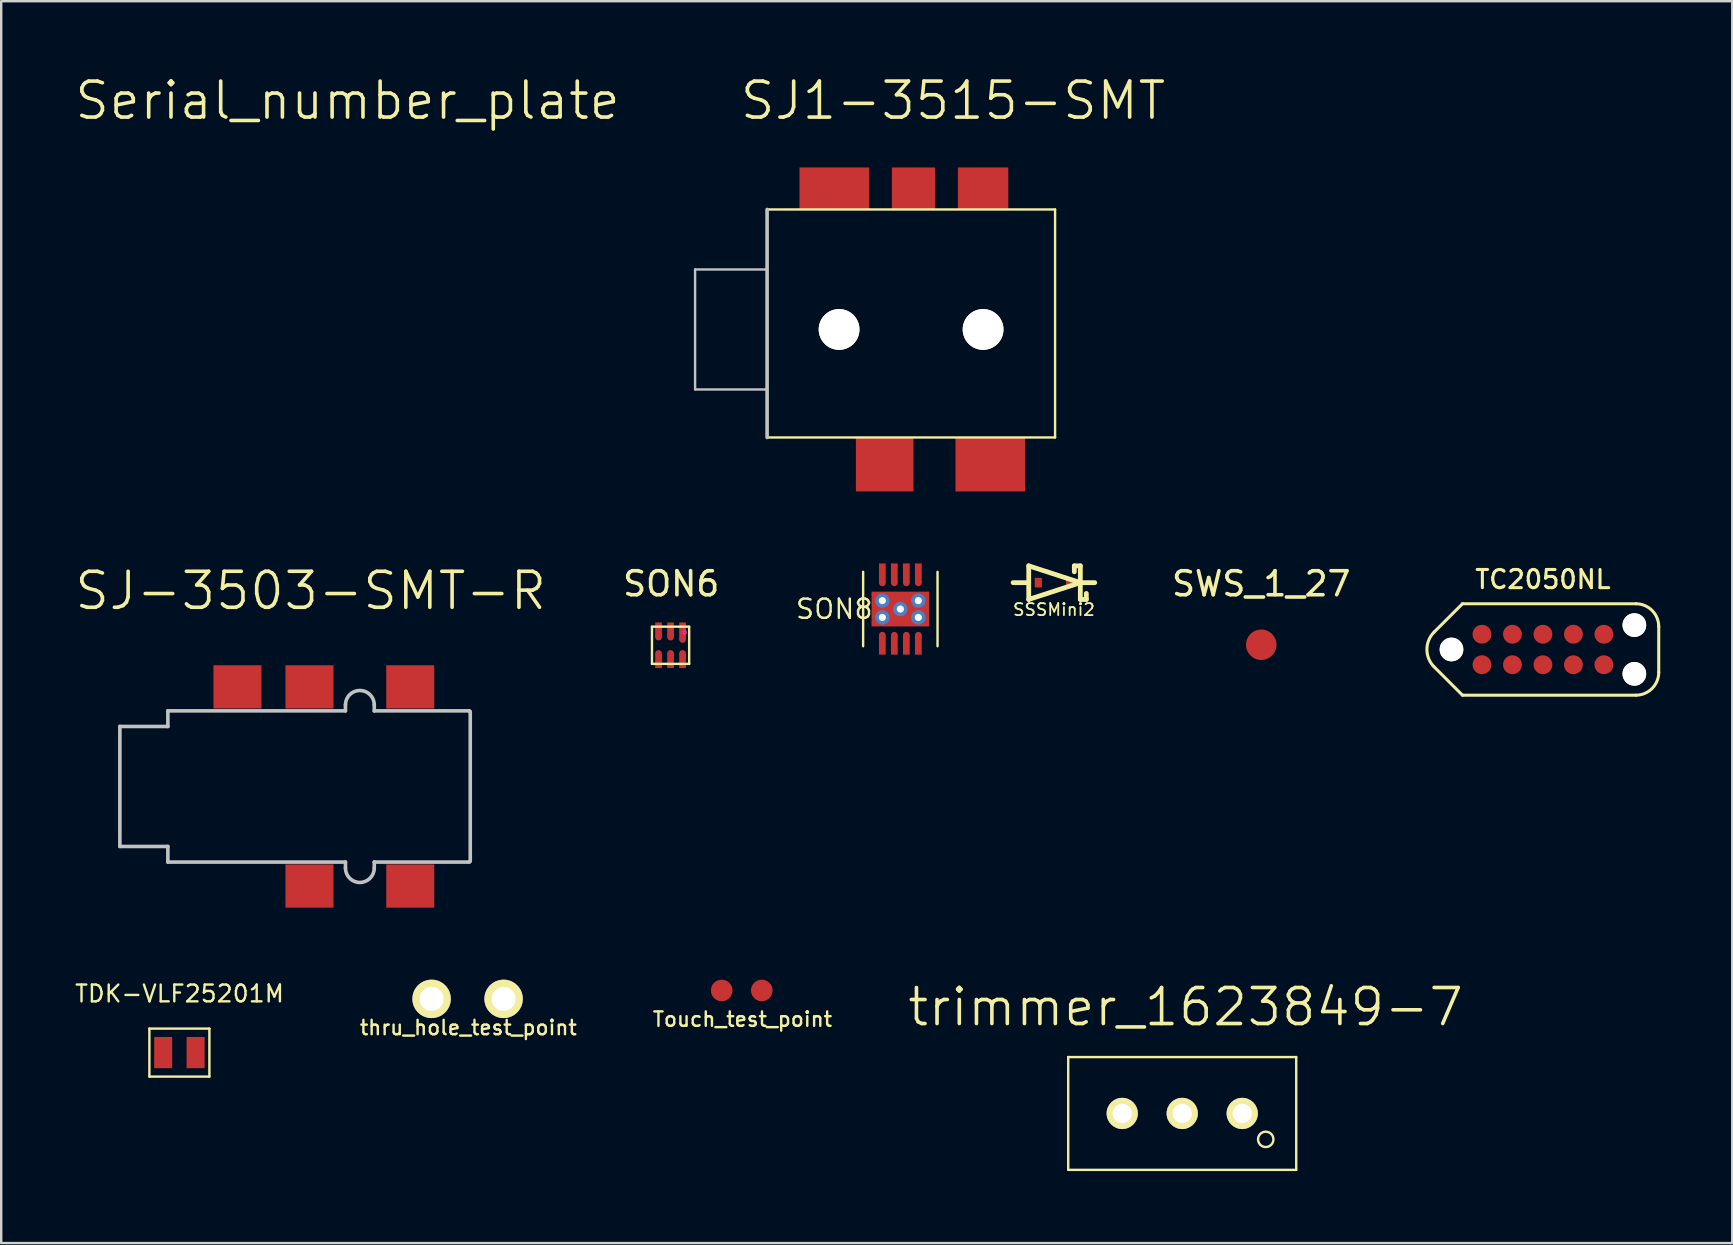
<source format=kicad_pcb>
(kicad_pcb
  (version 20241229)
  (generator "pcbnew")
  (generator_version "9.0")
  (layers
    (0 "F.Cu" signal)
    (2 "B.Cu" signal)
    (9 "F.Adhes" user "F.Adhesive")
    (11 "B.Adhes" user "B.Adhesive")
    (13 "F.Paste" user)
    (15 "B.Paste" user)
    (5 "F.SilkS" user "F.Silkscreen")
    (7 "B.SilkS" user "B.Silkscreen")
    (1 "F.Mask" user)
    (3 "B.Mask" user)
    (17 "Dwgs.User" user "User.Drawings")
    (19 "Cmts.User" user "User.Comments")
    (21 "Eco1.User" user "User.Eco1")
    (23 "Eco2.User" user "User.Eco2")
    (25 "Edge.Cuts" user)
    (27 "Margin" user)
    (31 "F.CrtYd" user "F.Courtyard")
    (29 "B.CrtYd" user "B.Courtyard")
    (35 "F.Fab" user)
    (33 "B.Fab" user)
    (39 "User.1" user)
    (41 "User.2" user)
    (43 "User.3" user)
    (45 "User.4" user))
  (footprint "SON8"
    (layer "F.Cu")
    (at 34.466 22.328)
    (property "Reference" "SON8" (at -2.753 0 0) (layer "F.SilkS") (effects (font (size 0.8 0.8) (thickness 0.1))))
    (attr through_hole)
    (fp_line (start -1.55 -1.55) (end -1.55 1.55) (stroke (width 0.1) (type solid)) (layer "F.SilkS"))
    (fp_line (start 1.55 -1.55) (end 1.55 1.55) (stroke (width 0.1) (type solid)) (layer "F.SilkS"))
    (pad "" smd rect (at -0.625 -0.4) (size 1.05 0.6) (layers "F.Paste"))
    (pad "" smd rect (at -0.625 0.4) (size 1.05 0.6) (layers "F.Paste"))
    (pad "" smd rect (at 0.625 -0.4) (size 1.05 0.6) (layers "F.Paste"))
    (pad "" smd rect (at 0.625 0.4) (size 1.05 0.6) (layers "F.Paste"))
    (pad "0" thru_hole circle (at -0.75 -0.35) (size 0.6 0.6) (drill 0.3) (layers "*.Cu"))
    (pad "0" thru_hole circle (at -0.75 0.35) (size 0.6 0.6) (drill 0.3) (layers "*.Cu"))
    (pad "0" thru_hole circle (at 0 0) (size 0.6 0.6) (drill 0.3) (layers "*.Cu"))
    (pad "0" thru_hole circle (at 0.75 -0.35) (size 0.6 0.6) (drill 0.3) (layers "*.Cu"))
    (pad "0" thru_hole circle (at 0.75 0.35) (size 0.6 0.6) (drill 0.3) (layers "*.Cu"))
    (pad "1" smd rect (at 0.75 -1.495) (size 0.28 0.81) (layers "F.Cu" "F.Mask" "F.Paste"))
    (pad "1" smd circle (at 0.75 -1.09) (size 0.28 0.28) (layers "F.Cu" "F.Mask" "F.Paste"))
    (pad "2" smd rect (at 0.25 -1.495) (size 0.28 0.81) (layers "F.Cu" "F.Mask" "F.Paste"))
    (pad "2" smd circle (at 0.25 -1.09) (size 0.28 0.28) (layers "F.Cu" "F.Mask" "F.Paste"))
    (pad "3" smd rect (at -0.25 -1.495) (size 0.28 0.81) (layers "F.Cu" "F.Mask" "F.Paste"))
    (pad "3" smd circle (at -0.25 -1.09) (size 0.28 0.28) (layers "F.Cu" "F.Mask" "F.Paste"))
    (pad "4" smd rect (at -0.75 -1.495) (size 0.28 0.81) (layers "F.Cu" "F.Mask" "F.Paste"))
    (pad "4" smd circle (at -0.75 -1.09) (size 0.28 0.28) (layers "F.Cu" "F.Mask" "F.Paste"))
    (pad "5" smd circle (at -0.75 1.09) (size 0.28 0.28) (layers "F.Cu" "F.Mask" "F.Paste"))
    (pad "5" smd rect (at -0.75 1.495) (size 0.28 0.81) (layers "F.Cu" "F.Mask" "F.Paste"))
    (pad "6" smd circle (at -0.25 1.09) (size 0.28 0.28) (layers "F.Cu" "F.Mask" "F.Paste"))
    (pad "6" smd rect (at -0.25 1.495) (size 0.28 0.81) (layers "F.Cu" "F.Mask" "F.Paste"))
    (pad "7" smd circle (at 0.25 1.09) (size 0.28 0.28) (layers "F.Cu" "F.Mask" "F.Paste"))
    (pad "7" smd rect (at 0.25 1.495) (size 0.28 0.81) (layers "F.Cu" "F.Mask" "F.Paste"))
    (pad "8" smd circle (at 0.75 1.09) (size 0.28 0.28) (layers "F.Cu" "F.Mask" "F.Paste"))
    (pad "8" smd rect (at 0.75 1.495) (size 0.28 0.81) (layers "F.Cu" "F.Mask" "F.Paste"))
    (pad "~" smd rect (at 0 0) (size 2.4 1.45) (layers "F.Cu" "F.Mask")))
  (footprint "SJ-3503-SMT-R"
    (layer "F.Cu")
    (at 9.845 29.721)
    (property "Reference" "SJ-3503-SMT-R" (at 0.051 -8.153 0) (layer "F.SilkS") (effects (font (size 1.5 1.5) (thickness 0.15))))
    (attr through_hole)
    (fp_line (start -7.9 2.5) (end -7.9 -2.5) (stroke (width 0.15) (type solid)) (layer "Dwgs.User"))
    (fp_line (start -5.9 -3.15) (end -5.9 -2.5) (stroke (width 0.15) (type solid)) (layer "Dwgs.User"))
    (fp_line (start -5.9 -3.15) (end 1.5 -3.15) (stroke (width 0.15) (type solid)) (layer "Dwgs.User"))
    (fp_line (start -5.9 -2.5) (end -7.9 -2.5) (stroke (width 0.15) (type solid)) (layer "Dwgs.User"))
    (fp_line (start -5.9 2.5) (end -7.9 2.5) (stroke (width 0.15) (type solid)) (layer "Dwgs.User"))
    (fp_line (start -5.9 3.15) (end -5.9 2.5) (stroke (width 0.15) (type solid)) (layer "Dwgs.User"))
    (fp_line (start -5.9 3.15) (end 1.5 3.15) (stroke (width 0.15) (type solid)) (layer "Dwgs.User"))
    (fp_line (start 1.5 -3.15) (end 1.5 -3.4) (stroke (width 0.15) (type solid)) (layer "Dwgs.User"))
    (fp_line (start 1.5 3.15) (end 1.5 3.4) (stroke (width 0.15) (type solid)) (layer "Dwgs.User"))
    (fp_line (start 2.7 -3.15) (end 2.7 -3.4) (stroke (width 0.15) (type solid)) (layer "Dwgs.User"))
    (fp_line (start 2.7 -3.15) (end 6.65 -3.15) (stroke (width 0.15) (type solid)) (layer "Dwgs.User"))
    (fp_line (start 2.7 3.15) (end 2.7 3.4) (stroke (width 0.15) (type solid)) (layer "Dwgs.User"))
    (fp_line (start 6.65 3.15) (end 2.7 3.15) (stroke (width 0.15) (type solid)) (layer "Dwgs.User"))
    (fp_line (start 6.7 -3.1) (end 6.7 3.1) (stroke (width 0.15) (type solid)) (layer "Dwgs.User"))
    (fp_arc (start 1.5 -3.4) (mid 2.1 -4) (end 2.7 -3.4) (stroke (width 0.15) (type solid)) (layer "Dwgs.User"))
    (fp_arc (start 2.7 3.4) (mid 2.1 4) (end 1.5 3.4) (stroke (width 0.15) (type solid)) (layer "Dwgs.User"))
    (fp_arc (start 6.65 -3.15) (mid 6.685355 -3.135355) (end 6.7 -3.1) (stroke (width 0.15) (type solid)) (layer "Dwgs.User"))
    (fp_arc (start 6.7 3.1) (mid 6.685355 3.135355) (end 6.65 3.15) (stroke (width 0.15) (type solid)) (layer "Dwgs.User"))
    (pad "1" smd rect (at -3 -4.15) (size 2 1.8) (layers "F.Cu" "F.Mask" "F.Paste"))
    (pad "2" smd rect (at 4.2 -4.15) (size 2 1.8) (layers "F.Cu" "F.Mask" "F.Paste"))
    (pad "3" smd rect (at 0 -4.15) (size 2 1.8) (layers "F.Cu" "F.Mask" "F.Paste"))
    (pad "4" smd rect (at 4.2 4.15) (size 2 1.8) (layers "F.Cu" "F.Mask" "F.Paste"))
    (pad "5" smd rect (at 0 4.15) (size 2 1.8) (layers "F.Cu" "F.Mask" "F.Paste")))
  (footprint "TDK-VLF25201M"
    (layer "F.Cu")
    (at 4.425 40.81)
    (property "Reference" "TDK-VLF25201M" (at 0.005 -2.454 0) (layer "F.SilkS") (effects (font (size 0.7 0.7) (thickness 0.1))))
    (attr through_hole)
    (fp_line (start -1.25 -1) (end -1.25 1) (stroke (width 0.1) (type solid)) (layer "F.SilkS"))
    (fp_line (start -1.25 -1) (end 1.25 -1) (stroke (width 0.1) (type solid)) (layer "F.SilkS"))
    (fp_line (start -1.25 1) (end 1.25 1) (stroke (width 0.1) (type solid)) (layer "F.SilkS"))
    (fp_line (start 1.25 1) (end 1.25 -1) (stroke (width 0.1) (type solid)) (layer "F.SilkS"))
    (pad "1" smd rect (at -0.675 0) (size 0.75 1.3) (layers "F.Cu" "F.Mask" "F.Paste"))
    (pad "2" smd rect (at 0.675 0) (size 0.75 1.3) (layers "F.Cu" "F.Mask" "F.Paste")))
  (footprint "SJ1-3515-SMT"
    (layer "F.Cu")
    (at 34.914 10.678)
    (property "Reference" "SJ1-3515-SMT" (at 1.75 -9.537 0) (layer "F.SilkS") (effects (font (size 1.5 1.5) (thickness 0.15))))
    (attr smd)
    (fp_line (start -6 -5) (end 6 -5) (stroke (width 0.1) (type solid)) (layer "F.SilkS"))
    (fp_line (start 6 -5) (end 6 4.5) (stroke (width 0.1) (type solid)) (layer "F.SilkS"))
    (fp_line (start 6 4.5) (end -6 4.5) (stroke (width 0.1) (type solid)) (layer "F.SilkS"))
    (fp_line (start -9 -2.5) (end -9 2.5) (stroke (width 0.1) (type solid)) (layer "Dwgs.User"))
    (fp_line (start -9 2.5) (end -6 2.5) (stroke (width 0.1) (type solid)) (layer "Dwgs.User"))
    (fp_line (start -6 -2.5) (end -9 -2.5) (stroke (width 0.1) (type solid)) (layer "Dwgs.User"))
    (fp_line (start -6 4.5) (end -6 -5) (stroke (width 0.15) (type solid)) (layer "Dwgs.User"))
    (pad "" np_thru_hole circle (at -3 0) (size 1.7 1.7) (drill 1.7) (layers "*.Cu" "*.Mask" "F.SilkS"))
    (pad "" np_thru_hole circle (at 3 0) (size 1.7 1.7) (drill 1.7) (layers "*.Cu" "*.Mask" "F.SilkS"))
    (pad "1" smd rect (at -3.2 -5.875) (size 2.9 1.75) (layers "F.Cu" "F.Mask" "F.Paste"))
    (pad "2" smd rect (at 3.3 5.625) (size 2.9 2.25) (layers "F.Cu" "F.Mask" "F.Paste"))
    (pad "3" smd rect (at 3 -5.875) (size 2.1 1.75) (layers "F.Cu" "F.Mask" "F.Paste"))
    (pad "4" smd rect (at -1.1 5.625) (size 2.4 2.25) (layers "F.Cu" "F.Mask" "F.Paste"))
    (pad "5" smd rect (at 0.1 -5.875) (size 1.8 1.75) (layers "F.Cu" "F.Mask" "F.Paste")))
  (footprint "Serial_number_plate"
    (layer "F.Cu")
    (at 11.292 6.983)
    (property "Reference" "Serial_number_plate" (at 0.14 -5.842 0) (layer "F.SilkS") (effects (font (size 1.5 1.5) (thickness 0.15))))
    (attr through_hole)
    (pad "" connect rect (at 0 0) (size 12 8) (layers "F.Mask")))
  (footprint "SSSMini2"
    (layer "F.Cu")
    (at 40.866 21.228)
    (property "Reference" "SSSMini2" (at 0 1.125 0) (layer "F.SilkS") (effects (font (size 0.5 0.5) (thickness 0.075))))
    (attr smd)
    (fp_line (start -1.05 -0.7) (end -1.05 0.7) (stroke (width 0.2) (type solid)) (layer "F.SilkS"))
    (fp_line (start -1.05 -0.7) (end 1.1 0) (stroke (width 0.2) (type solid)) (layer "F.SilkS"))
    (fp_line (start -1.05 0) (end -1.7 0) (stroke (width 0.2) (type solid)) (layer "F.SilkS"))
    (fp_line (start -1.05 0.7) (end 1.1 0) (stroke (width 0.2) (type solid)) (layer "F.SilkS"))
    (fp_line (start 0.85 -0.7) (end 0.85 -0.45) (stroke (width 0.2) (type solid)) (layer "F.SilkS"))
    (fp_line (start 1.1 -0.7) (end 0.85 -0.7) (stroke (width 0.2) (type solid)) (layer "F.SilkS"))
    (fp_line (start 1.1 -0.7) (end 1.1 0.7) (stroke (width 0.2) (type solid)) (layer "F.SilkS"))
    (fp_line (start 1.1 0) (end 1.7 0) (stroke (width 0.2) (type solid)) (layer "F.SilkS"))
    (fp_line (start 1.1 0.7) (end 1.35 0.7) (stroke (width 0.2) (type solid)) (layer "F.SilkS"))
    (fp_line (start 1.35 0.7) (end 1.35 0.45) (stroke (width 0.2) (type solid)) (layer "F.SilkS"))
    (pad "1" smd rect (at -0.65 0) (size 0.3 0.4) (layers "F.Cu" "F.Mask" "F.Paste"))
    (pad "2" smd rect (at 0.65 0) (size 0.3 0.4) (layers "F.Cu" "F.Mask" "F.Paste")))
  (footprint "trimmer_1623849-7"
    (layer "F.Cu")
    (at 46.212 43.346)
    (property "Reference" "trimmer_1623849-7" (at 0.14 -4.434 0) (layer "F.SilkS") (effects (font (size 1.5 1.5) (thickness 0.15))))
    (attr through_hole)
    (fp_line (start -4.75 -2.35) (end 4.75 -2.35) (stroke (width 0.1) (type solid)) (layer "F.SilkS"))
    (fp_line (start -4.75 2.35) (end -4.75 -2.35) (stroke (width 0.1) (type solid)) (layer "F.SilkS"))
    (fp_line (start 4.75 -2.35) (end 4.75 2.35) (stroke (width 0.1) (type solid)) (layer "F.SilkS"))
    (fp_line (start 4.75 2.35) (end -4.75 2.35) (stroke (width 0.1) (type solid)) (layer "F.SilkS"))
    (fp_circle (center 3.48 1.08) (end 3.8 1.08) (stroke (width 0.1) (type solid)) (fill no) (layer "F.SilkS"))
    (pad "1" thru_hole circle (at 2.5 0) (size 1.3 1.3) (drill 0.8) (layers "*.Cu" "*.Mask" "F.SilkS"))
    (pad "2" thru_hole circle (at 0 0) (size 1.3 1.3) (drill 0.8) (layers "*.Cu" "*.Mask" "F.SilkS"))
    (pad "3" thru_hole circle (at -2.5 0) (size 1.3 1.3) (drill 0.8) (layers "*.Cu" "*.Mask" "F.SilkS")))
  (footprint "SWS_1_27"
    (layer "F.Cu")
    (at 49.505 23.816)
    (property "Reference" "SWS_1_27" (at 0 -2.54 0) (layer "F.SilkS") (effects (font (size 1 1) (thickness 0.15))))
    (attr through_hole)
    (pad "1" smd circle (at 0 0) (size 1.27 1.27) (layers "F.Cu" "F.Mask" "F.Paste")))
  (footprint "SON6"
    (layer "F.Cu")
    (at 24.918 23.876)
    (property "Reference" "SON6" (at 0 -2.6 0) (layer "F.SilkS") (effects (font (size 1 1) (thickness 0.15))))
    (attr through_hole)
    (fp_line (start -0.801 -0.813) (end 0.749 -0.813) (stroke (width 0.1) (type solid)) (layer "F.SilkS"))
    (fp_line (start -0.801 0.737) (end -0.801 -0.813) (stroke (width 0.1) (type solid)) (layer "F.SilkS"))
    (fp_line (start 0.749 -0.813) (end 0.749 0.737) (stroke (width 0.1) (type solid)) (layer "F.SilkS"))
    (fp_line (start 0.749 0.737) (end -0.801 0.737) (stroke (width 0.1) (type solid)) (layer "F.SilkS"))
    (fp_circle (center 0.563 -0.578) (end 0.498 -0.578) (stroke (width 0.05) (type solid)) (fill no) (layer "F.CrtYd"))
    (pad "1" smd rect (at 0.474 -0.633 180) (size 0.28 0.71) (layers "F.Cu" "F.Mask" "F.Paste"))
    (pad "1" smd circle (at 0.474 -0.278 180) (size 0.28 0.28) (layers "F.Cu" "F.Mask" "F.Paste"))
    (pad "2" smd rect (at -0.026 -0.683 180) (size 0.28 0.61) (layers "F.Cu" "F.Mask" "F.Paste"))
    (pad "2" smd circle (at -0.026 -0.378 180) (size 0.28 0.28) (layers "F.Cu" "F.Mask" "F.Paste"))
    (pad "3" smd rect (at -0.526 -0.683 180) (size 0.28 0.61) (layers "F.Cu" "F.Mask" "F.Paste"))
    (pad "3" smd circle (at -0.526 -0.378 180) (size 0.28 0.28) (layers "F.Cu" "F.Mask" "F.Paste"))
    (pad "4" smd circle (at -0.526 0.302 180) (size 0.28 0.28) (layers "F.Cu" "F.Mask" "F.Paste"))
    (pad "4" smd rect (at -0.526 0.607 180) (size 0.28 0.61) (layers "F.Cu" "F.Mask" "F.Paste"))
    (pad "5" smd circle (at -0.026 0.302 180) (size 0.28 0.28) (layers "F.Cu" "F.Mask" "F.Paste"))
    (pad "5" smd rect (at -0.026 0.607 180) (size 0.28 0.61) (layers "F.Cu" "F.Mask" "F.Paste"))
    (pad "6" smd circle (at 0.474 0.302 180) (size 0.28 0.28) (layers "F.Cu" "F.Mask" "F.Paste"))
    (pad "6" smd rect (at 0.474 0.607 180) (size 0.28 0.61) (layers "F.Cu" "F.Mask" "F.Paste")))
  (footprint "thru_hole_test_point"
    (layer "F.Cu")
    (at 16.434 38.572)
    (property "Reference" "thru_hole_test_point" (at 0.03 1.2 0) (layer "F.SilkS") (effects (font (size 0.6 0.6) (thickness 0.1))))
    (attr through_hole)
    (pad "1" thru_hole circle (at -1.5 0) (size 1.6 1.6) (drill 1) (layers "*.Cu" "*.Mask" "F.SilkS"))
    (pad "2" thru_hole circle (at 1.5 0) (size 1.6 1.6) (drill 1) (layers "*.Cu" "*.Mask" "F.SilkS")))
  (footprint "Touch_test_point"
    (layer "F.Cu")
    (at 27.857 38.221)
    (property "Reference" "Touch_test_point" (at 0.03 1.2 0) (layer "F.SilkS") (effects (font (size 0.6 0.6) (thickness 0.1))))
    (attr through_hole)
    (pad "1" smd circle (at -0.835 0) (size 0.9 0.9) (layers "F.Cu" "F.Mask"))
    (pad "2" smd circle (at 0.835 0) (size 0.9 0.9) (layers "F.Cu" "F.Mask")))
  (footprint "TC2050NL"
    (layer "F.Cu")
    (at 61.242 24.013)
    (property "Reference" "TC2050NL" (at 0 -2.92 0) (layer "F.SilkS") (effects (font (size 0.757 0.757) (thickness 0.127))))
    (attr exclude_from_pos_files exclude_from_bom)
    (fp_line (start -4.534 -0.724) (end -3.353 -1.905) (stroke (width 0.127) (type solid)) (layer "F.SilkS"))
    (fp_line (start -4.534 0.724) (end -3.353 1.905) (stroke (width 0.127) (type solid)) (layer "F.SilkS"))
    (fp_line (start 3.873 -1.905) (end -3.353 -1.905) (stroke (width 0.127) (type solid)) (layer "F.SilkS"))
    (fp_line (start 3.873 1.905) (end -3.353 1.905) (stroke (width 0.127) (type solid)) (layer "F.SilkS"))
    (fp_line (start 4.826 -0.953) (end 4.826 0.953) (stroke (width 0.127) (type solid)) (layer "F.SilkS"))
    (fp_arc (start -4.5339 0.7239) (mid -4.833749 0) (end -4.5339 -0.7239) (stroke (width 0.127) (type solid)) (layer "F.SilkS"))
    (fp_arc (start 3.8735 -1.905) (mid 4.547019 -1.626019) (end 4.826 -0.9525) (stroke (width 0.127) (type solid)) (layer "F.SilkS"))
    (fp_arc (start 4.826 0.9525) (mid 4.547019 1.626019) (end 3.8735 1.905) (stroke (width 0.127) (type solid)) (layer "F.SilkS"))
    (pad "" np_thru_hole circle (at -3.81 0) (size 0.988 0.988) (drill 0.988) (layers "*.Cu" "*.Mask" "F.SilkS"))
    (pad "" np_thru_hole circle (at 3.81 -1.016) (size 0.988 0.988) (drill 0.988) (layers "*.Cu" "*.Mask" "F.SilkS"))
    (pad "" np_thru_hole circle (at 3.81 1.016) (size 0.988 0.988) (drill 0.988) (layers "*.Cu" "*.Mask" "F.SilkS"))
    (pad "1" connect circle (at -2.54 0.635) (size 0.785 0.785) (layers "F.Cu" "F.Mask"))
    (pad "2" connect circle (at -1.27 0.635) (size 0.785 0.785) (layers "F.Cu" "F.Mask"))
    (pad "3" connect circle (at 0 0.635) (size 0.785 0.785) (layers "F.Cu" "F.Mask"))
    (pad "4" connect circle (at 1.27 0.635) (size 0.785 0.785) (layers "F.Cu" "F.Mask"))
    (pad "5" connect circle (at 2.54 0.635) (size 0.785 0.785) (layers "F.Cu" "F.Mask"))
    (pad "6" connect circle (at 2.54 -0.635) (size 0.785 0.785) (layers "F.Cu" "F.Mask"))
    (pad "7" connect circle (at 1.27 -0.635) (size 0.785 0.785) (layers "F.Cu" "F.Mask"))
    (pad "8" connect circle (at 0 -0.635) (size 0.785 0.785) (layers "F.Cu" "F.Mask"))
    (pad "9" connect circle (at -1.27 -0.635) (size 0.785 0.785) (layers "F.Cu" "F.Mask"))
    (pad "10" connect circle (at -2.54 -0.635) (size 0.785 0.785) (layers "F.Cu" "F.Mask")))
  (gr_rect
    (start -3 -3)
    (end 69.131 48.746)
    (stroke (width 0.1) (type default))
    (fill no)
    (layer "Edge.Cuts")))
</source>
